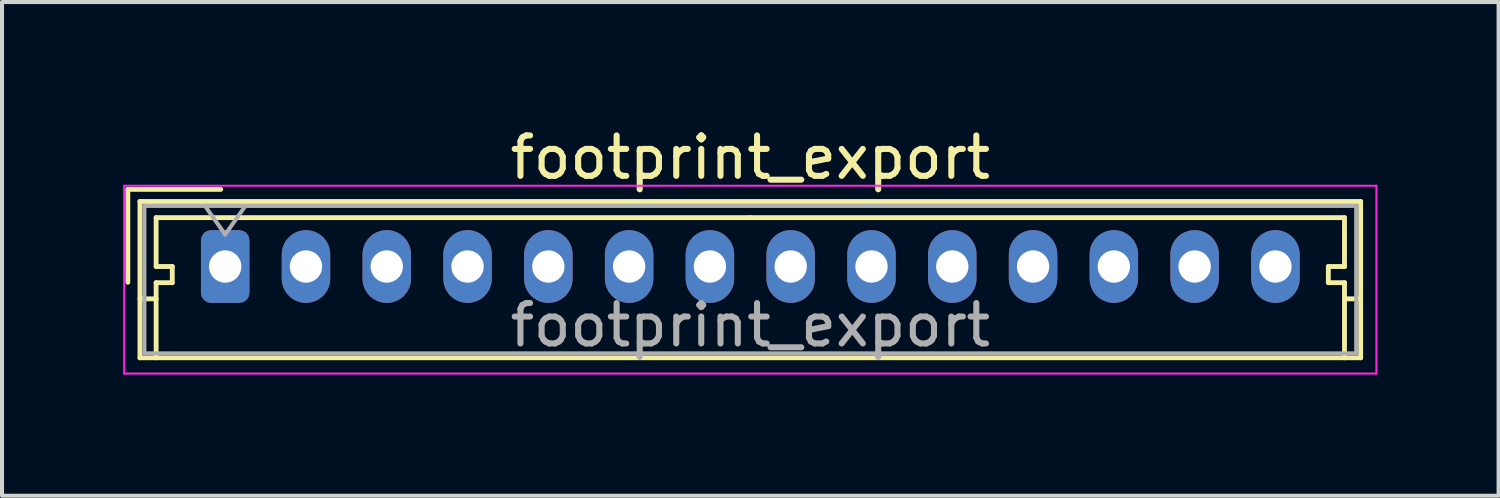
<source format=kicad_pcb>
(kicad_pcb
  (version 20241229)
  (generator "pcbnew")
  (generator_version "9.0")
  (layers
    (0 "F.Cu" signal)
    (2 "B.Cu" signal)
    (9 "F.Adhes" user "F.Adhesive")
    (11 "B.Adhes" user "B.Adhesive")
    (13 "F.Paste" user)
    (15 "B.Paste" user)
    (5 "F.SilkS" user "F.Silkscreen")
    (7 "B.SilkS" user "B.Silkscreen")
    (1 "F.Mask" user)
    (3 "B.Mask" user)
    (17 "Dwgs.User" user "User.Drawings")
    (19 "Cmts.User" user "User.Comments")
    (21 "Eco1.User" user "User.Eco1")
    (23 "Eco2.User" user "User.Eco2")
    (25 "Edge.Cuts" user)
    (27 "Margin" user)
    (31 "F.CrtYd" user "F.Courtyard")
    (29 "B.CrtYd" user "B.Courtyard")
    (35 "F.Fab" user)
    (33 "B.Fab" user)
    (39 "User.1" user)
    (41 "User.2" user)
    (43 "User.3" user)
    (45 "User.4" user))
  (footprint "footprint_export"
    (layer "F.Cu")
    (at 2.525 3.548)
    (property "Reference" "footprint_export" (at 13 -2.7 0) (layer "F.SilkS") (effects (font (size 1 1) (thickness 0.15))))
    (attr through_hole)
    (fp_line (start -2.41 -1.91) (end -2.41 0.39) (stroke (width 0.12) (type solid)) (layer "F.SilkS"))
    (fp_line (start -2.11 -1.61) (end -2.11 2.26) (stroke (width 0.12) (type solid)) (layer "F.SilkS"))
    (fp_line (start -2.11 0.8) (end -1.71 0.8) (stroke (width 0.12) (type solid)) (layer "F.SilkS"))
    (fp_line (start -2.11 2.26) (end 28.11 2.26) (stroke (width 0.12) (type solid)) (layer "F.SilkS"))
    (fp_line (start -1.71 -1.21) (end -1.71 0) (stroke (width 0.12) (type solid)) (layer "F.SilkS"))
    (fp_line (start -1.71 0) (end -1.31 0) (stroke (width 0.12) (type solid)) (layer "F.SilkS"))
    (fp_line (start -1.71 0.4) (end -1.71 2.26) (stroke (width 0.12) (type solid)) (layer "F.SilkS"))
    (fp_line (start -1.31 0) (end -1.31 0.4) (stroke (width 0.12) (type solid)) (layer "F.SilkS"))
    (fp_line (start -1.31 0.4) (end -1.71 0.4) (stroke (width 0.12) (type solid)) (layer "F.SilkS"))
    (fp_line (start -0.11 -1.91) (end -2.41 -1.91) (stroke (width 0.12) (type solid)) (layer "F.SilkS"))
    (fp_line (start 13 -1.21) (end -1.71 -1.21) (stroke (width 0.12) (type solid)) (layer "F.SilkS"))
    (fp_line (start 13 -1.21) (end 27.71 -1.21) (stroke (width 0.12) (type solid)) (layer "F.SilkS"))
    (fp_line (start 27.31 0) (end 27.31 0.4) (stroke (width 0.12) (type solid)) (layer "F.SilkS"))
    (fp_line (start 27.31 0.4) (end 27.71 0.4) (stroke (width 0.12) (type solid)) (layer "F.SilkS"))
    (fp_line (start 27.71 -1.21) (end 27.71 0) (stroke (width 0.12) (type solid)) (layer "F.SilkS"))
    (fp_line (start 27.71 0) (end 27.31 0) (stroke (width 0.12) (type solid)) (layer "F.SilkS"))
    (fp_line (start 27.71 0.4) (end 27.71 2.26) (stroke (width 0.12) (type solid)) (layer "F.SilkS"))
    (fp_line (start 28.11 -1.61) (end -2.11 -1.61) (stroke (width 0.12) (type solid)) (layer "F.SilkS"))
    (fp_line (start 28.11 0.8) (end 27.71 0.8) (stroke (width 0.12) (type solid)) (layer "F.SilkS"))
    (fp_line (start 28.11 2.26) (end 28.11 -1.61) (stroke (width 0.12) (type solid)) (layer "F.SilkS"))
    (fp_line (start -2.5 -2) (end -2.5 2.65) (stroke (width 0.05) (type solid)) (layer "F.CrtYd"))
    (fp_line (start -2.5 2.65) (end 28.5 2.65) (stroke (width 0.05) (type solid)) (layer "F.CrtYd"))
    (fp_line (start 28.5 -2) (end -2.5 -2) (stroke (width 0.05) (type solid)) (layer "F.CrtYd"))
    (fp_line (start 28.5 2.65) (end 28.5 -2) (stroke (width 0.05) (type solid)) (layer "F.CrtYd"))
    (fp_line (start -2 -1.5) (end -2 2.15) (stroke (width 0.1) (type solid)) (layer "F.Fab"))
    (fp_line (start -2 2.15) (end 28 2.15) (stroke (width 0.1) (type solid)) (layer "F.Fab"))
    (fp_line (start -0.5 -1.5) (end 0 -0.793) (stroke (width 0.1) (type solid)) (layer "F.Fab"))
    (fp_line (start 0 -0.793) (end 0.5 -1.5) (stroke (width 0.1) (type solid)) (layer "F.Fab"))
    (fp_line (start 28 -1.5) (end -2 -1.5) (stroke (width 0.1) (type solid)) (layer "F.Fab"))
    (fp_line (start 28 2.15) (end 28 -1.5) (stroke (width 0.1) (type solid)) (layer "F.Fab"))
    (fp_text user "${REFERENCE}" (at 13 1.45 0) (layer "F.Fab") (effects (font (size 1 1) (thickness 0.15))))
    (pad "1" thru_hole roundrect (at 0 0) (size 1.2 1.8) (drill 0.8) (layers "*.Cu" "*.Mask") (roundrect_rratio 0.208))
    (pad "2" thru_hole oval (at 2 0) (size 1.2 1.8) (drill 0.8) (layers "*.Cu" "*.Mask"))
    (pad "3" thru_hole oval (at 4 0) (size 1.2 1.8) (drill 0.8) (layers "*.Cu" "*.Mask"))
    (pad "4" thru_hole oval (at 6 0) (size 1.2 1.8) (drill 0.8) (layers "*.Cu" "*.Mask"))
    (pad "5" thru_hole oval (at 8 0) (size 1.2 1.8) (drill 0.8) (layers "*.Cu" "*.Mask"))
    (pad "6" thru_hole oval (at 10 0) (size 1.2 1.8) (drill 0.8) (layers "*.Cu" "*.Mask"))
    (pad "7" thru_hole oval (at 12 0) (size 1.2 1.8) (drill 0.8) (layers "*.Cu" "*.Mask"))
    (pad "8" thru_hole oval (at 14 0) (size 1.2 1.8) (drill 0.8) (layers "*.Cu" "*.Mask"))
    (pad "9" thru_hole oval (at 16 0) (size 1.2 1.8) (drill 0.8) (layers "*.Cu" "*.Mask"))
    (pad "10" thru_hole oval (at 18 0) (size 1.2 1.8) (drill 0.8) (layers "*.Cu" "*.Mask"))
    (pad "11" thru_hole oval (at 20 0) (size 1.2 1.8) (drill 0.8) (layers "*.Cu" "*.Mask"))
    (pad "12" thru_hole oval (at 22 0) (size 1.2 1.8) (drill 0.8) (layers "*.Cu" "*.Mask"))
    (pad "13" thru_hole oval (at 24 0) (size 1.2 1.8) (drill 0.8) (layers "*.Cu" "*.Mask"))
    (pad "14" thru_hole oval (at 26 0) (size 1.2 1.8) (drill 0.8) (layers "*.Cu" "*.Mask")))
  (gr_rect
    (start -3 -3)
    (end 34.05 9.223)
    (stroke (width 0.1) (type default))
    (fill no)
    (layer "Edge.Cuts")))
</source>
